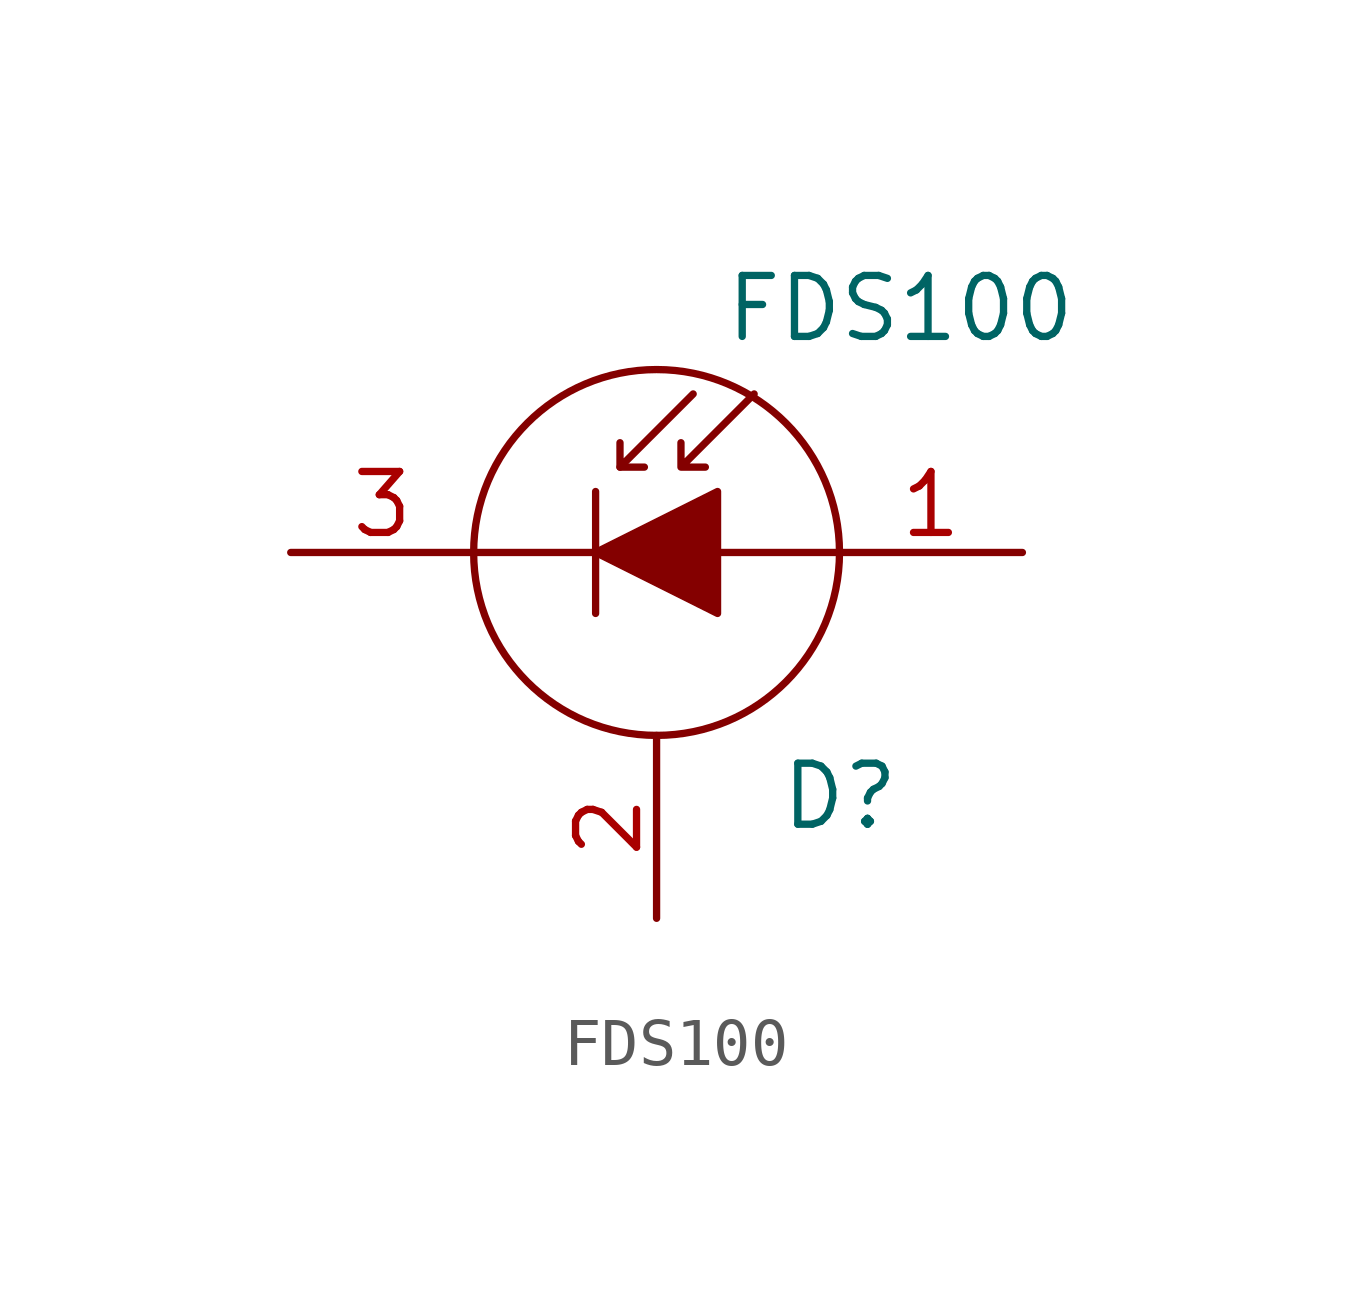
<source format=kicad_sym>
(kicad_symbol_lib
  (version 20220914)
  (generator kicad_symbol_editor)
  (symbol "FDS100"
    (pin_names
      (offset 0.254) hide)
    (property "Reference" "D"
      (at 2.54 -5.08 0)
      (effects (font (size 1.27 1.27)) (justify left)))
    (property "Value" "FDS100"
      (at 5.08 5.08 0)
      (effects (font (size 1.27 1.27))))
    (symbol "FDS100_0_0"
      (pin passive line (at 0 -7.62 90) (length 3.81) (name "C" (effects (font (size 1.27 1.27)))) (number "2" (effects (font (size 1.27 1.27))))))
    (symbol "FDS100_0_1"
      (polyline (pts (xy -1.27 0) (xy -3.81 0)) (stroke (width 0) (type default)) (fill (type none)))
      (polyline (pts (xy -1.27 1.27) (xy -1.27 -1.27)) (stroke (width 0.152) (type default)) (fill (type none)))
      (polyline (pts (xy -0.762 1.778) (xy -0.254 1.778)) (stroke (width 0) (type default)) (fill (type none)))
      (polyline (pts (xy 3.81 0) (xy 1.27 0)) (stroke (width 0) (type default)) (fill (type none)))
      (polyline (pts (xy 0.762 3.302) (xy -0.762 1.778) (xy -0.762 2.286)) (stroke (width 0) (type default)) (fill (type none)))
      (polyline (pts (xy -1.27 0) (xy 1.27 1.27) (xy 1.27 -1.27) (xy -1.27 0)) (stroke (width 0) (type default)) (fill (type outline)))
      (polyline (pts (xy 2.032 3.302) (xy 0.508 1.778) (xy 0.508 2.286) (xy 0.508 1.778) (xy 1.016 1.778)) (stroke (width 0) (type default)) (fill (type none)))
      (circle (center 0 0) (radius 3.81) (stroke (width 0) (type default)) (fill (type none))))
    (symbol "FDS100_1_1"
      (pin passive line (at 7.62 0 180) (length 3.81) (name "A" (effects (font (size 1.27 1.27)))) (number "1" (effects (font (size 1.27 1.27)))))
      (pin passive line (at -7.62 0 0) (length 3.81) (name "K" (effects (font (size 1.27 1.27)))) (number "3" (effects (font (size 1.27 1.27))))))))
</source>
